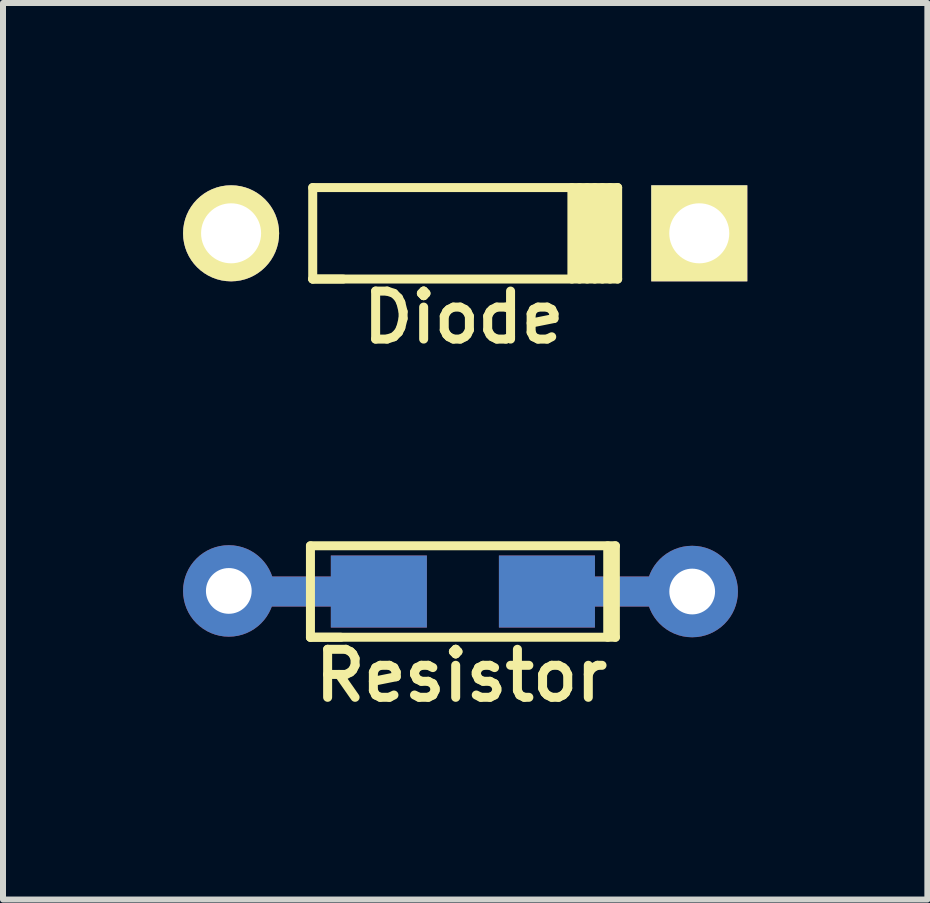
<source format=kicad_pcb>
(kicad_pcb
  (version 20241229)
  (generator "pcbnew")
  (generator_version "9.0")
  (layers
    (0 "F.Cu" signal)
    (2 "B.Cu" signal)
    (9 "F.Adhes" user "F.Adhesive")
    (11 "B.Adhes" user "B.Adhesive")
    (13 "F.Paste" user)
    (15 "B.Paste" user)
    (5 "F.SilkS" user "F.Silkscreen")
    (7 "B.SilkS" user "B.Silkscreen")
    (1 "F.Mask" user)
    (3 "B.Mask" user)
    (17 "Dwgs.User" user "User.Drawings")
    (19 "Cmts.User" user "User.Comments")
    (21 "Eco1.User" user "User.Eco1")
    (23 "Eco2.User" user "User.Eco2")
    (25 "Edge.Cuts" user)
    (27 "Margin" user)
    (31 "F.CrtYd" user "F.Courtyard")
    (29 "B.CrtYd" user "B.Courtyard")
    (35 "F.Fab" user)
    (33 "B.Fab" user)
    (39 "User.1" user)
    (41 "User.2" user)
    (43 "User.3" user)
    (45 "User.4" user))
  (footprint "Diode"
    (layer "F.Cu")
    (at 4.7 0.837)
    (property "Reference" "Diode" (at -0.025 1.4 0) (layer "F.SilkS") (effects (font (size 0.8 0.8) (thickness 0.15))))
    (attr smd)
    (fp_line (start -2.54 -0.762) (end -2.54 0.762) (stroke (width 0.15) (type solid)) (layer "F.SilkS"))
    (fp_line (start -2.54 0.762) (end -2.032 0.762) (stroke (width 0.15) (type solid)) (layer "F.SilkS"))
    (fp_line (start -2.54 0.762) (end 2.54 0.762) (stroke (width 0.15) (type solid)) (layer "F.SilkS"))
    (fp_line (start 1.778 0.762) (end 1.778 -0.762) (stroke (width 0.15) (type solid)) (layer "F.SilkS"))
    (fp_line (start 1.905 0.762) (end 1.905 -0.762) (stroke (width 0.15) (type solid)) (layer "F.SilkS"))
    (fp_line (start 2.032 -0.762) (end 2.032 0.762) (stroke (width 0.15) (type solid)) (layer "F.SilkS"))
    (fp_line (start 2.159 0.762) (end 2.159 -0.762) (stroke (width 0.15) (type solid)) (layer "F.SilkS"))
    (fp_line (start 2.286 -0.762) (end 2.286 0.762) (stroke (width 0.15) (type solid)) (layer "F.SilkS"))
    (fp_line (start 2.413 0.762) (end 2.413 -0.762) (stroke (width 0.15) (type solid)) (layer "F.SilkS"))
    (fp_line (start 2.54 -0.762) (end -2.54 -0.762) (stroke (width 0.15) (type solid)) (layer "F.SilkS"))
    (fp_line (start 2.54 0.762) (end 2.54 -0.762) (stroke (width 0.15) (type solid)) (layer "F.SilkS"))
    (pad "1" thru_hole rect (at 3.9 0) (size 1.6 1.6) (drill 1) (layers "*.Cu" "*.Mask" "F.SilkS"))
    (pad "2" thru_hole circle (at -3.9 0) (size 1.6 1.6) (drill 1) (layers "*.Cu" "*.Mask" "F.SilkS")))
  (footprint "Resistor"
    (layer "F.Cu")
    (at 4.662 6.805)
    (property "Reference" "Resistor" (at -0.025 1.4 0) (layer "F.SilkS") (effects (font (size 0.8 0.8) (thickness 0.15))))
    (attr smd)
    (fp_line (start -2.54 -0.762) (end -2.54 0.762) (stroke (width 0.15) (type solid)) (layer "F.SilkS"))
    (fp_line (start -2.54 0.762) (end -2.032 0.762) (stroke (width 0.15) (type solid)) (layer "F.SilkS"))
    (fp_line (start -2.54 0.762) (end 2.54 0.762) (stroke (width 0.15) (type solid)) (layer "F.SilkS"))
    (fp_line (start 2.413 0.762) (end 2.413 -0.762) (stroke (width 0.15) (type solid)) (layer "F.SilkS"))
    (fp_line (start 2.54 -0.762) (end -2.54 -0.762) (stroke (width 0.15) (type solid)) (layer "F.SilkS"))
    (fp_line (start 2.54 0.762) (end 2.54 -0.762) (stroke (width 0.15) (type solid)) (layer "F.SilkS"))
    (pad "1" smd rect (at 1.4 0) (size 1.6 1.2) (layers "F.Cu" "F.Mask" "F.Paste"))
    (pad "1" smd rect (at 1.4 0) (size 1.6 1.2) (layers "B.Cu" "B.Mask" "B.Paste"))
    (pad "1" smd rect (at 2.5 0) (size 2.9 0.5) (layers "F.Cu"))
    (pad "1" smd rect (at 2.5 0) (size 2.9 0.5) (layers "B.Cu"))
    (pad "1" thru_hole circle (at 3.82 0) (size 1.524 1.524) (drill 0.762) (layers "*.Cu" "*.Mask"))
    (pad "2" thru_hole circle (at -3.9 -0.01) (size 1.524 1.524) (drill 0.762) (layers "*.Cu" "*.Mask"))
    (pad "2" smd rect (at -2.5 0) (size 2.9 0.5) (layers "F.Cu"))
    (pad "2" smd rect (at -2.5 0) (size 2.9 0.5) (layers "B.Cu"))
    (pad "2" smd rect (at -1.4 0) (size 1.6 1.2) (layers "F.Cu" "F.Mask" "F.Paste"))
    (pad "2" smd rect (at -1.4 0) (size 1.6 1.2) (layers "B.Cu" "B.Mask" "B.Paste")))
  (gr_rect
    (start -3 -3)
    (end 12.4 11.937)
    (stroke (width 0.1) (type default))
    (fill no)
    (layer "Edge.Cuts")))
</source>
